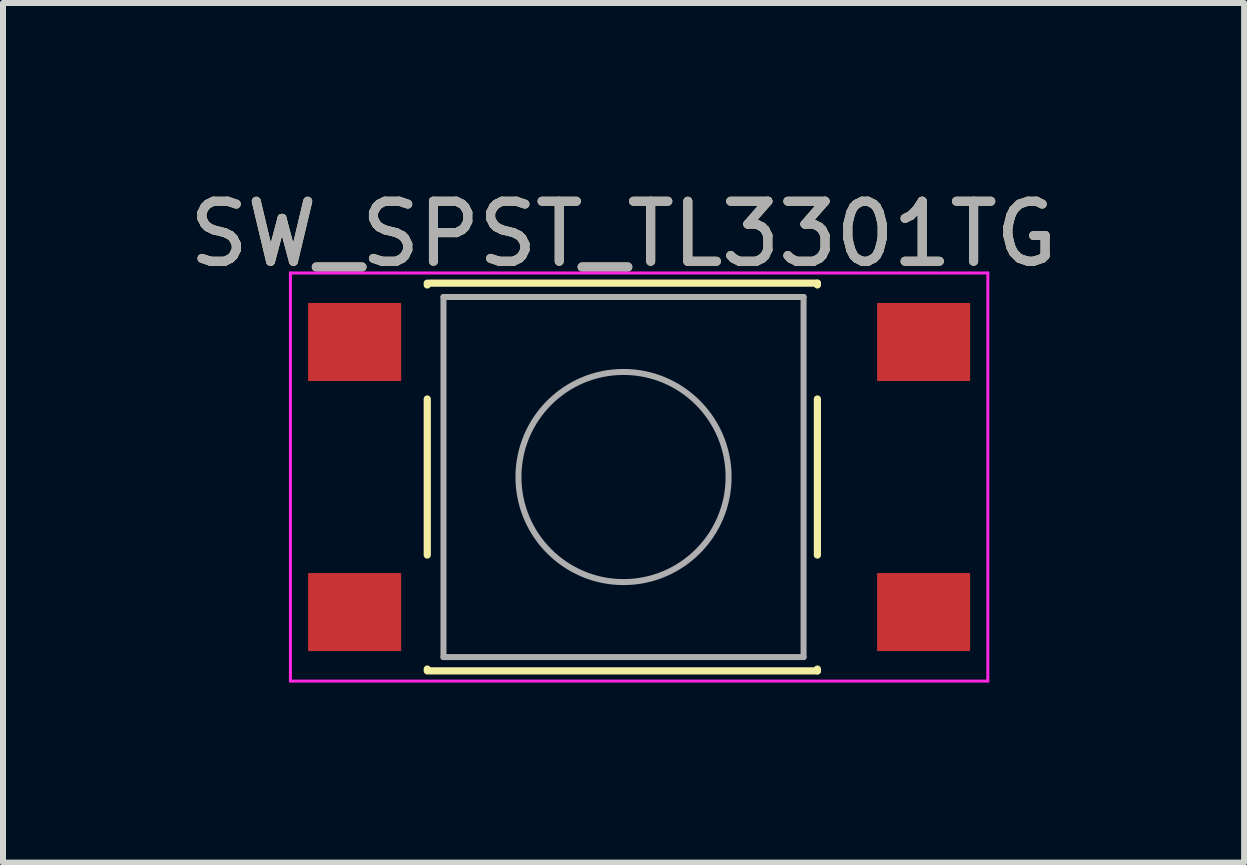
<source format=kicad_pcb>
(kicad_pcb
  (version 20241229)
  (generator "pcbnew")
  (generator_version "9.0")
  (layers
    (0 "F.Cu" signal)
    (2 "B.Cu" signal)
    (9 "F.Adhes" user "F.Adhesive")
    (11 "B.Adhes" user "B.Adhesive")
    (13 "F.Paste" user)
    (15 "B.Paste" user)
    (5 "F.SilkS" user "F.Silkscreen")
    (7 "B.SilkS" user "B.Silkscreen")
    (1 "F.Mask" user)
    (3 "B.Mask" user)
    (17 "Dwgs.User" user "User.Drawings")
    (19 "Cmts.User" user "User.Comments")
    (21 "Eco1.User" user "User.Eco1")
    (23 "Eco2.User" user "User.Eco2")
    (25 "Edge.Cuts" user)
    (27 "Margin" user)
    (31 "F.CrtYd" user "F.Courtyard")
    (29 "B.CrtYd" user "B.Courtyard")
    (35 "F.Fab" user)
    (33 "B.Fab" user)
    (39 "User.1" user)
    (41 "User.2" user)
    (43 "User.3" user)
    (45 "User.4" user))
  (footprint "SW_SPST_TL3301TG"
    (layer "F.Cu")
    (at 7.569 4.898)
    (property "Reference" "SW_SPST_TL3301TG" (at -0.23 -4.05 0) (layer "F.SilkS") (effects (font (size 1 1) (thickness 0.15))))
    (attr smd)
    (fp_line (start -3.5 -3.2) (end -3.5 -3.23) (stroke (width 0.12) (type solid)) (layer "F.SilkS"))
    (fp_line (start -3.5 -1.3) (end -3.5 1.3) (stroke (width 0.12) (type solid)) (layer "F.SilkS"))
    (fp_line (start -3.5 3.23) (end -3.5 3.2) (stroke (width 0.12) (type solid)) (layer "F.SilkS"))
    (fp_line (start -3.46 -3.23) (end 3 -3.23) (stroke (width 0.12) (type solid)) (layer "F.SilkS"))
    (fp_line (start -3.46 3.23) (end 3 3.23) (stroke (width 0.12) (type solid)) (layer "F.SilkS"))
    (fp_line (start 3 -3.23) (end 3 -3.2) (stroke (width 0.12) (type solid)) (layer "F.SilkS"))
    (fp_line (start 3 -1.3) (end 3 1.3) (stroke (width 0.12) (type solid)) (layer "F.SilkS"))
    (fp_line (start 3 3.23) (end 3 3.2) (stroke (width 0.12) (type solid)) (layer "F.SilkS"))
    (fp_line (start -5.78 -3.4) (end -5.78 3.4) (stroke (width 0.05) (type solid)) (layer "F.CrtYd"))
    (fp_line (start -5.78 -3.4) (end 5.84 -3.4) (stroke (width 0.05) (type solid)) (layer "F.CrtYd"))
    (fp_line (start -5.78 3.4) (end 5.84 3.4) (stroke (width 0.05) (type solid)) (layer "F.CrtYd"))
    (fp_line (start 5.84 3.4) (end 5.84 -3.4) (stroke (width 0.05) (type solid)) (layer "F.CrtYd"))
    (fp_line (start -3.23 -3) (end -3.23 3) (stroke (width 0.1) (type solid)) (layer "F.Fab"))
    (fp_line (start -3.23 3) (end 2.77 3) (stroke (width 0.1) (type solid)) (layer "F.Fab"))
    (fp_line (start 2.77 -3) (end -3.23 -3) (stroke (width 0.1) (type solid)) (layer "F.Fab"))
    (fp_line (start 2.77 3) (end 2.77 -3) (stroke (width 0.1) (type solid)) (layer "F.Fab"))
    (fp_circle (center -0.23 0) (end 1.52 -0.05) (stroke (width 0.1) (type solid)) (fill no) (layer "F.Fab"))
    (fp_text user "${REFERENCE}" (at -0.23 -4.05 0) (layer "F.Fab") (effects (font (size 1 1) (thickness 0.15))))
    (pad "1" smd rect (at -4.71 -2.25) (size 1.55 1.3) (layers "F.Cu" "F.Mask" "F.Paste"))
    (pad "1" smd rect (at 4.77 -2.25) (size 1.55 1.3) (layers "F.Cu" "F.Mask" "F.Paste"))
    (pad "2" smd rect (at -4.71 2.25) (size 1.55 1.3) (layers "F.Cu" "F.Mask" "F.Paste"))
    (pad "2" smd rect (at 4.77 2.25) (size 1.55 1.3) (layers "F.Cu" "F.Mask" "F.Paste")))
  (gr_rect
    (start -3 -3)
    (end 17.679 11.323)
    (stroke (width 0.1) (type default))
    (fill no)
    (layer "Edge.Cuts")))
</source>
